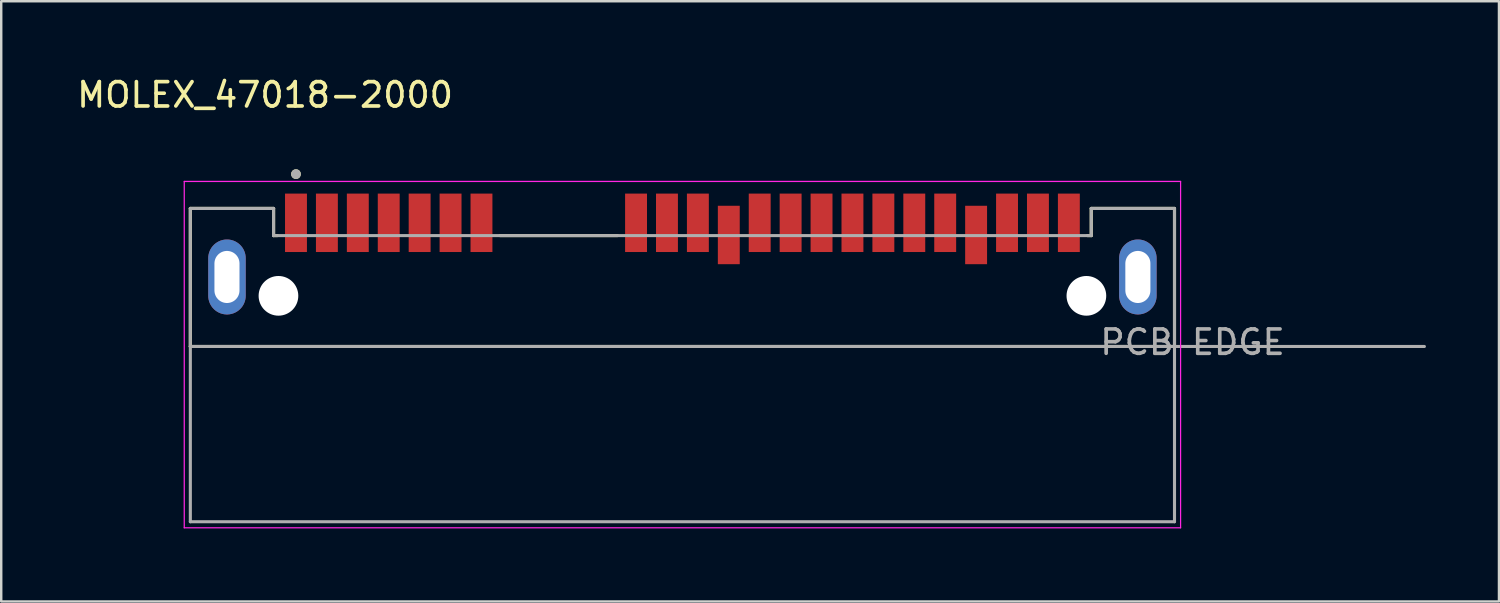
<source format=kicad_pcb>
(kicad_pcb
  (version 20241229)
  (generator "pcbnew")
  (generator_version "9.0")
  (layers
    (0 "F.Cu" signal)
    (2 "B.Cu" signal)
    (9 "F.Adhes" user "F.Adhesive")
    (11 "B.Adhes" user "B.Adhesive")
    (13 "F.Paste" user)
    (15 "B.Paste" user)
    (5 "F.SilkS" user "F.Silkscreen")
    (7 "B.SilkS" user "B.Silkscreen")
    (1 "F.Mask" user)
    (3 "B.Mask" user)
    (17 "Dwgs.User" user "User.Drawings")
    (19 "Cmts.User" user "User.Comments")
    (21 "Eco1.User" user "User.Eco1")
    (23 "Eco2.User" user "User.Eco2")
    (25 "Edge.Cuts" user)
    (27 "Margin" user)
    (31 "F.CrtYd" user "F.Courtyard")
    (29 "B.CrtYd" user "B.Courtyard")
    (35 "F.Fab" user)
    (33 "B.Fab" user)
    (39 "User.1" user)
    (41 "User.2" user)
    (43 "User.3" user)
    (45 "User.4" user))
  (footprint "MOLEX_47018-2000"
    (layer "F.Cu")
    (at 24.984 9.103)
    (property "Reference" "MOLEX_47018-2000" (at -17.145 -8.255 0) (layer "F.SilkS") (effects (font (size 1 1) (thickness 0.15))))
    (attr smd)
    (fp_line (start -20.215 -3.59) (end -16.795 -3.59) (stroke (width 0.127) (type solid)) (layer "F.SilkS"))
    (fp_line (start -20.215 2.08) (end -20.215 -3.59) (stroke (width 0.127) (type solid)) (layer "F.SilkS"))
    (fp_line (start -20.215 2.08) (end 20.215 2.08) (stroke (width 0.127) (type solid)) (layer "F.SilkS"))
    (fp_line (start -16.795 -3.59) (end -16.795 -2.475) (stroke (width 0.127) (type solid)) (layer "F.SilkS"))
    (fp_line (start -16.795 -2.475) (end -16.639 -2.475) (stroke (width 0.127) (type solid)) (layer "F.SilkS"))
    (fp_line (start -7.492 -2.475) (end -2.668 -2.475) (stroke (width 0.127) (type solid)) (layer "F.SilkS"))
    (fp_line (start 16.639 -2.475) (end 16.795 -2.475) (stroke (width 0.127) (type solid)) (layer "F.SilkS"))
    (fp_line (start 16.795 -2.475) (end 16.795 -3.59) (stroke (width 0.127) (type solid)) (layer "F.SilkS"))
    (fp_line (start 20.215 -3.59) (end 16.795 -3.59) (stroke (width 0.127) (type solid)) (layer "F.SilkS"))
    (fp_line (start 20.215 -3.59) (end 20.215 2.08) (stroke (width 0.127) (type solid)) (layer "F.SilkS"))
    (fp_circle (center -15.875 -5) (end -15.775 -5) (stroke (width 0.2) (type solid)) (fill no) (layer "F.SilkS"))
    (fp_line (start -20.465 -4.7) (end 20.465 -4.7) (stroke (width 0.05) (type solid)) (layer "F.CrtYd"))
    (fp_line (start -20.465 9.53) (end -20.465 -4.7) (stroke (width 0.05) (type solid)) (layer "F.CrtYd"))
    (fp_line (start 20.465 -4.7) (end 20.465 9.53) (stroke (width 0.05) (type solid)) (layer "F.CrtYd"))
    (fp_line (start 20.465 9.53) (end -20.465 9.53) (stroke (width 0.05) (type solid)) (layer "F.CrtYd"))
    (fp_line (start -20.215 -3.59) (end -16.795 -3.59) (stroke (width 0.127) (type solid)) (layer "F.Fab"))
    (fp_line (start -20.215 2.08) (end -20.215 -3.59) (stroke (width 0.127) (type solid)) (layer "F.Fab"))
    (fp_line (start -20.215 2.08) (end 30.48 2.08) (stroke (width 0.127) (type solid)) (layer "F.Fab"))
    (fp_line (start -20.215 9.28) (end -20.215 2.08) (stroke (width 0.127) (type solid)) (layer "F.Fab"))
    (fp_line (start -16.795 -3.59) (end -16.795 -2.475) (stroke (width 0.127) (type solid)) (layer "F.Fab"))
    (fp_line (start -16.795 -2.475) (end 16.795 -2.475) (stroke (width 0.127) (type solid)) (layer "F.Fab"))
    (fp_line (start 16.795 -2.475) (end 16.795 -3.59) (stroke (width 0.127) (type solid)) (layer "F.Fab"))
    (fp_line (start 20.215 -3.59) (end 16.795 -3.59) (stroke (width 0.127) (type solid)) (layer "F.Fab"))
    (fp_line (start 20.215 -3.59) (end 20.215 9.28) (stroke (width 0.127) (type solid)) (layer "F.Fab"))
    (fp_line (start 20.215 9.28) (end -20.215 9.28) (stroke (width 0.127) (type solid)) (layer "F.Fab"))
    (fp_circle (center -15.875 -5) (end -15.775 -5) (stroke (width 0.2) (type solid)) (fill no) (layer "F.Fab"))
    (fp_text user "PCB EDGE" (at 20.955 1.905 0) (layer "F.Fab") (effects (font (size 1 1) (thickness 0.15))))
    (pad "" np_thru_hole circle (at -16.595 0) (size 1.63 1.63) (drill 1.63) (layers "*.Cu" "*.Mask"))
    (pad "" np_thru_hole circle (at 16.595 0) (size 1.63 1.63) (drill 1.63) (layers "*.Cu" "*.Mask"))
    (pad "P1" smd rect (at -1.905 -3) (size 0.9 2.4) (layers "F.Cu" "F.Mask" "F.Paste"))
    (pad "P2" smd rect (at -0.635 -3) (size 0.9 2.4) (layers "F.Cu" "F.Mask" "F.Paste"))
    (pad "P3" smd rect (at 0.635 -3) (size 0.9 2.4) (layers "F.Cu" "F.Mask" "F.Paste"))
    (pad "P4" smd rect (at 1.905 -2.5) (size 0.9 2.4) (layers "F.Cu" "F.Mask" "F.Paste"))
    (pad "P5" smd rect (at 3.175 -3) (size 0.9 2.4) (layers "F.Cu" "F.Mask" "F.Paste"))
    (pad "P6" smd rect (at 4.445 -3) (size 0.9 2.4) (layers "F.Cu" "F.Mask" "F.Paste"))
    (pad "P7" smd rect (at 5.715 -3) (size 0.9 2.4) (layers "F.Cu" "F.Mask" "F.Paste"))
    (pad "P8" smd rect (at 6.985 -3) (size 0.9 2.4) (layers "F.Cu" "F.Mask" "F.Paste"))
    (pad "P9" smd rect (at 8.255 -3) (size 0.9 2.4) (layers "F.Cu" "F.Mask" "F.Paste"))
    (pad "P10" smd rect (at 9.525 -3) (size 0.9 2.4) (layers "F.Cu" "F.Mask" "F.Paste"))
    (pad "P11" smd rect (at 10.795 -3) (size 0.9 2.4) (layers "F.Cu" "F.Mask" "F.Paste"))
    (pad "P12" smd rect (at 12.065 -2.5) (size 0.9 2.4) (layers "F.Cu" "F.Mask" "F.Paste"))
    (pad "P13" smd rect (at 13.335 -3) (size 0.9 2.4) (layers "F.Cu" "F.Mask" "F.Paste"))
    (pad "P14" smd rect (at 14.605 -3) (size 0.9 2.4) (layers "F.Cu" "F.Mask" "F.Paste"))
    (pad "P15" smd rect (at 15.875 -3) (size 0.9 2.4) (layers "F.Cu" "F.Mask" "F.Paste"))
    (pad "S1" smd rect (at -15.875 -3) (size 0.9 2.4) (layers "F.Cu" "F.Mask" "F.Paste"))
    (pad "S2" smd rect (at -14.605 -3) (size 0.9 2.4) (layers "F.Cu" "F.Mask" "F.Paste"))
    (pad "S3" smd rect (at -13.335 -3) (size 0.9 2.4) (layers "F.Cu" "F.Mask" "F.Paste"))
    (pad "S4" smd rect (at -12.065 -3) (size 0.9 2.4) (layers "F.Cu" "F.Mask" "F.Paste"))
    (pad "S5" smd rect (at -10.795 -3) (size 0.9 2.4) (layers "F.Cu" "F.Mask" "F.Paste"))
    (pad "S6" smd rect (at -9.525 -3) (size 0.9 2.4) (layers "F.Cu" "F.Mask" "F.Paste"))
    (pad "S7" smd rect (at -8.255 -3) (size 0.9 2.4) (layers "F.Cu" "F.Mask" "F.Paste"))
    (pad "SH1" thru_hole oval (at -18.71 -0.775) (size 1.54 3.08) (drill oval 1.03 2.14) (layers "*.Cu" "*.Mask"))
    (pad "SH2" thru_hole oval (at 18.71 -0.775) (size 1.54 3.08) (drill oval 1.03 2.14) (layers "*.Cu" "*.Mask"))
    (zone (net_name "") (layer "F.Cu") (hatch full 0.508) (connect_pads) (min_thickness 0.01) (filled_areas_thickness no) (keepout (tracks not_allowed) (vias not_allowed) (pads not_allowed) (copperpour not_allowed) (footprints allowed)) (placement (enabled no)) (fill) (polygon (pts (xy 4.584 4.403) (xy 45.384 4.403) (xy 45.384 16.903) (xy 4.584 16.903))))
    (zone (net_name "") (layers "F.Cu" "B.Cu") (hatch full 0.508) (connect_pads) (min_thickness 0.01) (filled_areas_thickness no) (keepout (tracks allowed) (vias not_allowed) (pads allowed) (copperpour allowed) (footprints allowed)) (placement (enabled no)) (fill) (polygon (pts (xy 4.584 4.403) (xy 45.384 4.403) (xy 45.384 16.903) (xy 4.584 16.903)))))
  (gr_rect
    (start -3 -3)
    (end 58.528 21.658)
    (stroke (width 0.1) (type default))
    (fill no)
    (layer "Edge.Cuts")))
</source>
